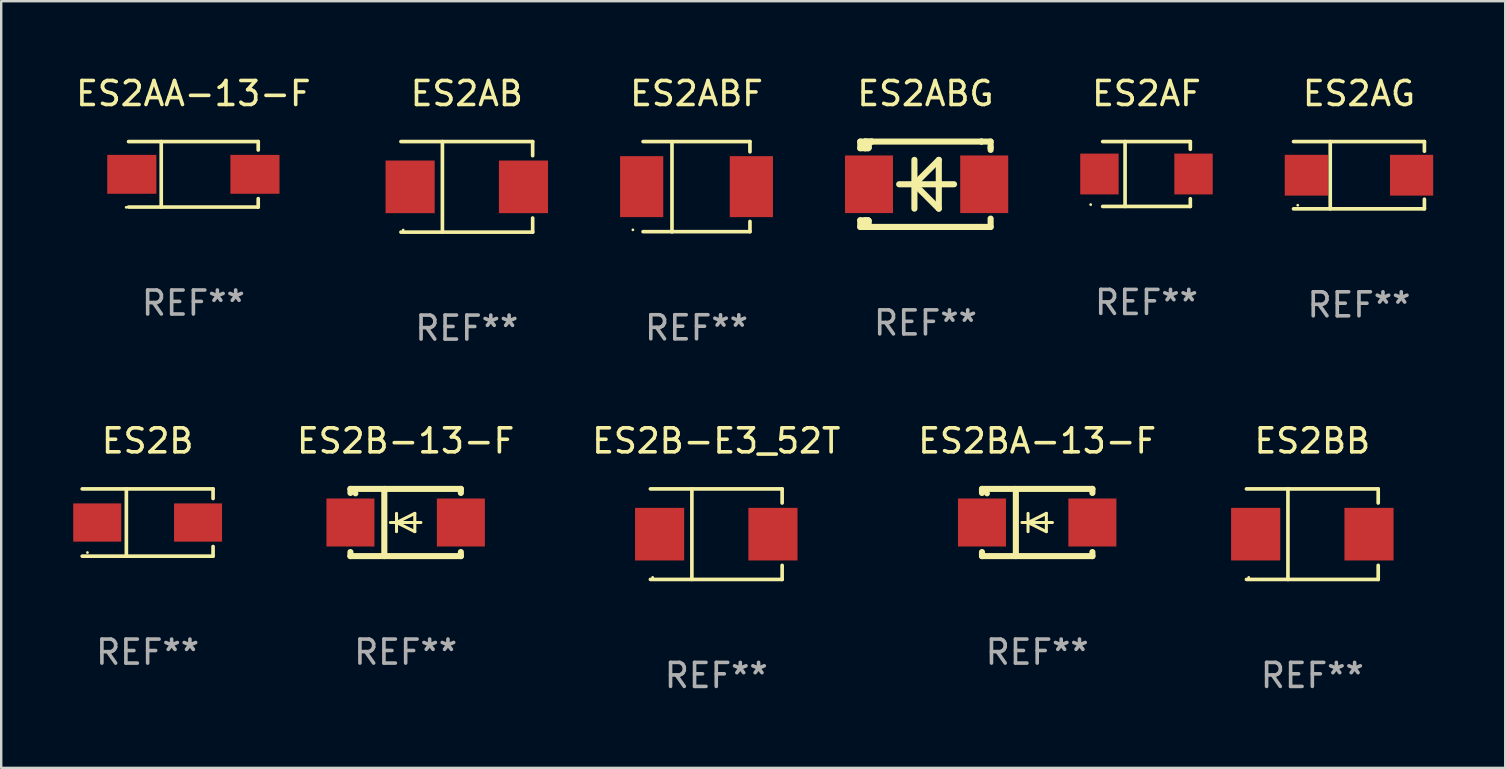
<source format=kicad_pcb>
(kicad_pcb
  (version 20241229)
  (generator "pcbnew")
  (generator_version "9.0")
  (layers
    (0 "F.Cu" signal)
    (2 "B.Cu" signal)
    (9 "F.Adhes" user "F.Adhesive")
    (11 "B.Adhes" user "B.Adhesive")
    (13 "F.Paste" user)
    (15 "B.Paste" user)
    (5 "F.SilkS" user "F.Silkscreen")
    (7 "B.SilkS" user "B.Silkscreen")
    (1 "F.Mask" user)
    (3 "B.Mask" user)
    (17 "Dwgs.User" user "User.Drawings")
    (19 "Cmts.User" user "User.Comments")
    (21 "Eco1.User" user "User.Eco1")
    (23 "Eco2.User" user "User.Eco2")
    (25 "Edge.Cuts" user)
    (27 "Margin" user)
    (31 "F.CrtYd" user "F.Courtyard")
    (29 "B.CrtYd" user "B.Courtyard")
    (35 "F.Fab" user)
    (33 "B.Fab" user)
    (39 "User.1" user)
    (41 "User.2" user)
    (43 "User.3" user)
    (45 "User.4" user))
  (footprint "ES2BA-13-F"
    (layer "F.Cu")
    (at 40.158 18.717)
    (property "Reference" "ES2BA-13-F" (at 0 -3.4 0) (layer "F.SilkS") (effects (font (size 1 1) (thickness 0.15))))
    (attr through_hole)
    (fp_line (start -2.3 -1.4) (end -2.3 -1.231) (stroke (width 0.254) (type solid)) (layer "F.SilkS"))
    (fp_line (start -2.3 -1.4) (end 2.3 -1.4) (stroke (width 0.254) (type solid)) (layer "F.SilkS"))
    (fp_line (start -2.3 1.231) (end -2.3 1.4) (stroke (width 0.254) (type solid)) (layer "F.SilkS"))
    (fp_line (start -2.3 1.4) (end 2.3 1.4) (stroke (width 0.254) (type solid)) (layer "F.SilkS"))
    (fp_line (start -0.889 1.4) (end -0.889 -1.4) (stroke (width 0.254) (type solid)) (layer "F.SilkS"))
    (fp_line (start -0.381 0) (end -0.381 -0.381) (stroke (width 0.127) (type solid)) (layer "F.SilkS"))
    (fp_line (start -0.381 0) (end -0.381 0.381) (stroke (width 0.127) (type solid)) (layer "F.SilkS"))
    (fp_line (start 0.381 -0.381) (end -0.381 0) (stroke (width 0.127) (type solid)) (layer "F.SilkS"))
    (fp_line (start 0.381 0) (end 0.381 -0.381) (stroke (width 0.127) (type solid)) (layer "F.SilkS"))
    (fp_line (start 0.381 0) (end 0.381 0.381) (stroke (width 0.127) (type solid)) (layer "F.SilkS"))
    (fp_line (start 0.381 0.381) (end -0.381 0) (stroke (width 0.127) (type solid)) (layer "F.SilkS"))
    (fp_line (start 0.635 0) (end -0.635 0) (stroke (width 0.127) (type solid)) (layer "F.SilkS"))
    (fp_line (start 2.3 -1.4) (end 2.3 -1.231) (stroke (width 0.254) (type solid)) (layer "F.SilkS"))
    (fp_line (start 2.3 1.231) (end 2.3 1.4) (stroke (width 0.254) (type solid)) (layer "F.SilkS"))
    (fp_circle (center -2.088 -1.208) (end -2.028 -1.208) (stroke (width 0.12) (type solid)) (fill no) (layer "F.SilkS"))
    (fp_text user "REF**" (at 0 5.4 0) (layer "F.Fab") (effects (font (size 1 1) (thickness 0.15))))
    (pad "1" smd rect (at -2.3 0 180) (size 2 2) (layers "F.Cu" "F.Mask" "F.Paste"))
    (pad "2" smd rect (at 2.3 0 180) (size 2 2) (layers "F.Cu" "F.Mask" "F.Paste")))
  (footprint "ES2ABF"
    (layer "F.Cu")
    (at 25.966 4.728)
    (property "Reference" "ES2ABF" (at 0 -3.88 0) (layer "F.SilkS") (effects (font (size 1 1) (thickness 0.15))))
    (attr through_hole)
    (fp_line (start -2.226 -1.88) (end 2.226 -1.88) (stroke (width 0.152) (type solid)) (layer "F.SilkS"))
    (fp_line (start -2.226 1.873) (end 2.226 1.873) (stroke (width 0.152) (type solid)) (layer "F.SilkS"))
    (fp_line (start -1.022 -1.873) (end -1.022 1.88) (stroke (width 0.152) (type solid)) (layer "F.SilkS"))
    (fp_line (start 2.226 -1.88) (end 2.226 -1.453) (stroke (width 0.152) (type solid)) (layer "F.SilkS"))
    (fp_line (start 2.226 1.447) (end 2.226 1.873) (stroke (width 0.152) (type solid)) (layer "F.SilkS"))
    (fp_circle (center -2.65 1.797) (end -2.62 1.797) (stroke (width 0.06) (type solid)) (fill no) (layer "F.SilkS"))
    (fp_text user "REF**" (at 0 5.88 0) (layer "F.Fab") (effects (font (size 1 1) (thickness 0.15))))
    (pad "1" smd rect (at -2.285 -0.003) (size 1.8 2.54) (layers "F.Cu" "F.Mask" "F.Paste"))
    (pad "2" smd rect (at 2.285 -0.003) (size 1.8 2.54) (layers "F.Cu" "F.Mask" "F.Paste")))
  (footprint "ES2ABG"
    (layer "F.Cu")
    (at 35.503 4.626)
    (property "Reference" "ES2ABG" (at 0 -3.778 0) (layer "F.SilkS") (effects (font (size 1 1) (thickness 0.15))))
    (attr through_hole)
    (fp_line (start -2.715 -1.778) (end -2.715 -1.501) (stroke (width 0.254) (type solid)) (layer "F.SilkS"))
    (fp_line (start -2.715 -1.501) (end -2.505 -1.501) (stroke (width 0.254) (type solid)) (layer "F.SilkS"))
    (fp_line (start -2.715 1.501) (end -2.715 1.778) (stroke (width 0.254) (type solid)) (layer "F.SilkS"))
    (fp_line (start -2.715 1.501) (end -2.505 1.501) (stroke (width 0.254) (type solid)) (layer "F.SilkS"))
    (fp_line (start -2.715 1.778) (end -2.504 1.778) (stroke (width 0.254) (type solid)) (layer "F.SilkS"))
    (fp_line (start -2.505 -1.778) (end -2.715 -1.778) (stroke (width 0.254) (type solid)) (layer "F.SilkS"))
    (fp_line (start -2.505 -1.778) (end -2.238 -1.778) (stroke (width 0.254) (type solid)) (layer "F.SilkS"))
    (fp_line (start -2.505 -1.501) (end -2.505 -1.651) (stroke (width 0.254) (type solid)) (layer "F.SilkS"))
    (fp_line (start -2.505 -1.501) (end -2.388 -1.501) (stroke (width 0.254) (type solid)) (layer "F.SilkS"))
    (fp_line (start -2.505 1.501) (end -2.505 1.778) (stroke (width 0.254) (type solid)) (layer "F.SilkS"))
    (fp_line (start -2.505 1.501) (end -2.388 1.501) (stroke (width 0.254) (type solid)) (layer "F.SilkS"))
    (fp_line (start -2.388 1.501) (end -2.365 1.524) (stroke (width 0.254) (type solid)) (layer "F.SilkS"))
    (fp_line (start -2.388 -1.501) (end -2.365 -1.524) (stroke (width 0.254) (type solid)) (layer "F.SilkS"))
    (fp_line (start -2.365 -1.651) (end -2.505 -1.778) (stroke (width 0.254) (type solid)) (layer "F.SilkS"))
    (fp_line (start -2.365 -1.524) (end -2.365 -1.651) (stroke (width 0.254) (type solid)) (layer "F.SilkS"))
    (fp_line (start -2.365 1.524) (end -2.365 1.778) (stroke (width 0.254) (type solid)) (layer "F.SilkS"))
    (fp_line (start -2.239 -1.778) (end 2.333 -1.778) (stroke (width 0.254) (type solid)) (layer "F.SilkS"))
    (fp_line (start -2.238 -1.778) (end -2.505 -1.778) (stroke (width 0.254) (type solid)) (layer "F.SilkS"))
    (fp_line (start -1.095 0) (end 1.191 0) (stroke (width 0.254) (type solid)) (layer "F.SilkS"))
    (fp_line (start -0.46 -1.016) (end -0.46 1.016) (stroke (width 0.254) (type solid)) (layer "F.SilkS"))
    (fp_line (start -0.46 -0.000127) (end 0.556 1.016) (stroke (width 0.254) (type solid)) (layer "F.SilkS"))
    (fp_line (start 0.556 -1.016) (end 0.556 1.016) (stroke (width 0.254) (type solid)) (layer "F.SilkS"))
    (fp_line (start 0.556 -1.016) (end -0.46 -0.000127) (stroke (width 0.254) (type solid)) (layer "F.SilkS"))
    (fp_line (start 2.333 -1.778) (end 2.333 -1.778) (stroke (width 0.254) (type solid)) (layer "F.SilkS"))
    (fp_line (start 2.333 -1.778) (end 2.715 -1.778) (stroke (width 0.254) (type solid)) (layer "F.SilkS"))
    (fp_line (start 2.334 1.778) (end -2.504 1.778) (stroke (width 0.254) (type solid)) (layer "F.SilkS"))
    (fp_line (start 2.715 -1.778) (end 2.715 -1.524) (stroke (width 0.254) (type solid)) (layer "F.SilkS"))
    (fp_line (start 2.715 -1.524) (end 2.715 -1.431) (stroke (width 0.254) (type solid)) (layer "F.SilkS"))
    (fp_line (start 2.715 1.431) (end 2.715 1.778) (stroke (width 0.254) (type solid)) (layer "F.SilkS"))
    (fp_line (start 2.715 1.778) (end 2.334 1.778) (stroke (width 0.254) (type solid)) (layer "F.SilkS"))
    (fp_circle (center -2.602 1.8) (end -2.572 1.8) (stroke (width 0.06) (type solid)) (fill no) (layer "F.SilkS"))
    (fp_text user "REF**" (at 0 5.778 0) (layer "F.Fab") (effects (font (size 1 1) (thickness 0.15))))
    (pad "1" smd rect (at -2.352 -0.000076) (size 2 2.4) (layers "F.Cu" "F.Mask" "F.Paste"))
    (pad "2" smd rect (at 2.448 -0.000076) (size 2 2.4) (layers "F.Cu" "F.Mask" "F.Paste")))
  (footprint "ES2AF"
    (layer "F.Cu")
    (at 44.711 4.199)
    (property "Reference" "ES2AF" (at 0 -3.351 0) (layer "F.SilkS") (effects (font (size 1 1) (thickness 0.15))))
    (attr through_hole)
    (fp_line (start -1.826 -1.351) (end 1.826 -1.351) (stroke (width 0.152) (type solid)) (layer "F.SilkS"))
    (fp_line (start -1.826 1.351) (end 1.826 1.351) (stroke (width 0.152) (type solid)) (layer "F.SilkS"))
    (fp_line (start -0.892 -1.351) (end -0.892 1.351) (stroke (width 0.152) (type solid)) (layer "F.SilkS"))
    (fp_line (start 1.826 -1.351) (end 1.826 -1.03) (stroke (width 0.152) (type solid)) (layer "F.SilkS"))
    (fp_line (start 1.826 1.03) (end 1.826 1.351) (stroke (width 0.152) (type solid)) (layer "F.SilkS"))
    (fp_circle (center -2.325 1.275) (end -2.295 1.275) (stroke (width 0.06) (type solid)) (fill no) (layer "F.SilkS"))
    (fp_text user "REF**" (at 0 5.351 0) (layer "F.Fab") (effects (font (size 1 1) (thickness 0.15))))
    (pad "1" smd rect (at -1.96 0 180) (size 1.6 1.7) (layers "F.Cu" "F.Mask" "F.Paste"))
    (pad "2" smd rect (at 1.96 0 180) (size 1.6 1.7) (layers "F.Cu" "F.Mask" "F.Paste")))
  (footprint "ES2AG"
    (layer "F.Cu")
    (at 53.563 4.249)
    (property "Reference" "ES2AG" (at 0 -3.401 0) (layer "F.SilkS") (effects (font (size 1 1) (thickness 0.15))))
    (attr through_hole)
    (fp_line (start -2.726 -1.401) (end 2.726 -1.401) (stroke (width 0.152) (type solid)) (layer "F.SilkS"))
    (fp_line (start -2.726 1.401) (end 2.726 1.401) (stroke (width 0.152) (type solid)) (layer "F.SilkS"))
    (fp_line (start -1.197 -1.401) (end -1.197 1.401) (stroke (width 0.152) (type solid)) (layer "F.SilkS"))
    (fp_line (start 2.726 -1.401) (end 2.726 -1) (stroke (width 0.152) (type solid)) (layer "F.SilkS"))
    (fp_line (start 2.726 1.401) (end 2.726 1) (stroke (width 0.152) (type solid)) (layer "F.SilkS"))
    (fp_circle (center -2.55 1.25) (end -2.52 1.25) (stroke (width 0.06) (type solid)) (fill no) (layer "F.SilkS"))
    (fp_text user "REF**" (at 0 5.401 0) (layer "F.Fab") (effects (font (size 1 1) (thickness 0.15))))
    (pad "1" smd rect (at -2.192 0) (size 1.8 1.7) (layers "F.Cu" "F.Mask" "F.Paste"))
    (pad "2" smd rect (at 2.192 0) (size 1.8 1.7) (layers "F.Cu" "F.Mask" "F.Paste")))
  (footprint "ES2B-E3_52T"
    (layer "F.Cu")
    (at 26.789 19.203)
    (property "Reference" "ES2B-E3_52T" (at 0 -3.886 0) (layer "F.SilkS") (effects (font (size 1 1) (thickness 0.15))))
    (attr through_hole)
    (fp_line (start -2.744 -1.886) (end 2.744 -1.886) (stroke (width 0.152) (type solid)) (layer "F.SilkS"))
    (fp_line (start -2.744 1.886) (end 2.744 1.886) (stroke (width 0.152) (type solid)) (layer "F.SilkS"))
    (fp_line (start -1.016 -1.886) (end -1.016 1.886) (stroke (width 0.152) (type solid)) (layer "F.SilkS"))
    (fp_line (start 2.744 -1.886) (end 2.744 -1.299) (stroke (width 0.152) (type solid)) (layer "F.SilkS"))
    (fp_line (start 2.744 1.886) (end 2.744 1.299) (stroke (width 0.152) (type solid)) (layer "F.SilkS"))
    (fp_circle (center -2.65 1.8) (end -2.62 1.8) (stroke (width 0.06) (type solid)) (fill no) (layer "F.SilkS"))
    (fp_text user "REF**" (at 0 5.886 0) (layer "F.Fab") (effects (font (size 1 1) (thickness 0.15))))
    (pad "1" smd rect (at -2.361 0) (size 2.047 2.192) (layers "F.Cu" "F.Mask" "F.Paste"))
    (pad "2" smd rect (at 2.361 0) (size 2.047 2.192) (layers "F.Cu" "F.Mask" "F.Paste")))
  (footprint "ES2AA-13-F"
    (layer "F.Cu")
    (at 5.006 4.212)
    (property "Reference" "ES2AA-13-F" (at 0 -3.364 0) (layer "F.SilkS") (effects (font (size 1 1) (thickness 0.15))))
    (attr through_hole)
    (fp_line (start -2.701 -1.364) (end 2.701 -1.364) (stroke (width 0.152) (type solid)) (layer "F.SilkS"))
    (fp_line (start -2.701 1.364) (end 2.701 1.364) (stroke (width 0.152) (type solid)) (layer "F.SilkS"))
    (fp_line (start -1.339 -1.364) (end -1.339 1.364) (stroke (width 0.152) (type solid)) (layer "F.SilkS"))
    (fp_line (start 2.701 -1.364) (end 2.701 -1.013) (stroke (width 0.152) (type solid)) (layer "F.SilkS"))
    (fp_line (start 2.701 1.364) (end 2.701 1.013) (stroke (width 0.152) (type solid)) (layer "F.SilkS"))
    (fp_circle (center -2.8 1.375) (end -2.77 1.375) (stroke (width 0.06) (type solid)) (fill no) (layer "F.SilkS"))
    (fp_text user "REF**" (at 0 5.364 0) (layer "F.Fab") (effects (font (size 1 1) (thickness 0.15))))
    (pad "1" smd rect (at -2.565 -0.000025) (size 2.046 1.62) (layers "F.Cu" "F.Mask" "F.Paste"))
    (pad "2" smd rect (at 2.565 -0.000025) (size 2.046 1.62) (layers "F.Cu" "F.Mask" "F.Paste")))
  (footprint "ES2B"
    (layer "F.Cu")
    (at 3.1 18.718)
    (property "Reference" "ES2B" (at 0 -3.401 0) (layer "F.SilkS") (effects (font (size 1 1) (thickness 0.15))))
    (attr through_hole)
    (fp_line (start -2.726 -1.401) (end 2.726 -1.401) (stroke (width 0.152) (type solid)) (layer "F.SilkS"))
    (fp_line (start -2.726 1.401) (end 2.726 1.401) (stroke (width 0.152) (type solid)) (layer "F.SilkS"))
    (fp_line (start -0.886 -1.401) (end -0.886 1.401) (stroke (width 0.152) (type solid)) (layer "F.SilkS"))
    (fp_line (start 2.726 -1.401) (end 2.726 -1) (stroke (width 0.152) (type solid)) (layer "F.SilkS"))
    (fp_line (start 2.726 1.401) (end 2.726 1) (stroke (width 0.152) (type solid)) (layer "F.SilkS"))
    (fp_circle (center -2.507 1.25) (end -2.477 1.25) (stroke (width 0.06) (type solid)) (fill no) (layer "F.SilkS"))
    (fp_text user "REF**" (at 0 5.401 0) (layer "F.Fab") (effects (font (size 1 1) (thickness 0.15))))
    (pad "1" smd rect (at -2.1 0 180) (size 2 1.593) (layers "F.Cu" "F.Mask" "F.Paste"))
    (pad "2" smd rect (at 2.1 0 180) (size 2 1.593) (layers "F.Cu" "F.Mask" "F.Paste")))
  (footprint "ES2AB"
    (layer "F.Cu")
    (at 16.396 4.734)
    (property "Reference" "ES2AB" (at 0 -3.886 0) (layer "F.SilkS") (effects (font (size 1 1) (thickness 0.15))))
    (attr through_hole)
    (fp_line (start -2.744 -1.886) (end 2.744 -1.886) (stroke (width 0.152) (type solid)) (layer "F.SilkS"))
    (fp_line (start -2.744 1.886) (end 2.744 1.886) (stroke (width 0.152) (type solid)) (layer "F.SilkS"))
    (fp_line (start -1.016 -1.886) (end -1.016 1.886) (stroke (width 0.152) (type solid)) (layer "F.SilkS"))
    (fp_line (start 2.744 -1.886) (end 2.744 -1.299) (stroke (width 0.152) (type solid)) (layer "F.SilkS"))
    (fp_line (start 2.744 1.886) (end 2.744 1.299) (stroke (width 0.152) (type solid)) (layer "F.SilkS"))
    (fp_circle (center -2.65 1.8) (end -2.62 1.8) (stroke (width 0.06) (type solid)) (fill no) (layer "F.SilkS"))
    (fp_text user "REF**" (at 0 5.886 0) (layer "F.Fab") (effects (font (size 1 1) (thickness 0.15))))
    (pad "1" smd rect (at -2.361 0) (size 2.047 2.192) (layers "F.Cu" "F.Mask" "F.Paste"))
    (pad "2" smd rect (at 2.361 0) (size 2.047 2.192) (layers "F.Cu" "F.Mask" "F.Paste")))
  (footprint "ES2BB"
    (layer "F.Cu")
    (at 51.62 19.203)
    (property "Reference" "ES2BB" (at 0 -3.886 0) (layer "F.SilkS") (effects (font (size 1 1) (thickness 0.15))))
    (attr through_hole)
    (fp_line (start -2.744 -1.886) (end 2.744 -1.886) (stroke (width 0.152) (type solid)) (layer "F.SilkS"))
    (fp_line (start -2.744 1.886) (end 2.744 1.886) (stroke (width 0.152) (type solid)) (layer "F.SilkS"))
    (fp_line (start -1.016 -1.886) (end -1.016 1.886) (stroke (width 0.152) (type solid)) (layer "F.SilkS"))
    (fp_line (start 2.744 -1.886) (end 2.744 -1.299) (stroke (width 0.152) (type solid)) (layer "F.SilkS"))
    (fp_line (start 2.744 1.886) (end 2.744 1.299) (stroke (width 0.152) (type solid)) (layer "F.SilkS"))
    (fp_circle (center -2.65 1.8) (end -2.62 1.8) (stroke (width 0.06) (type solid)) (fill no) (layer "F.SilkS"))
    (fp_text user "REF**" (at 0 5.886 0) (layer "F.Fab") (effects (font (size 1 1) (thickness 0.15))))
    (pad "1" smd rect (at -2.361 0) (size 2.047 2.192) (layers "F.Cu" "F.Mask" "F.Paste"))
    (pad "2" smd rect (at 2.361 0) (size 2.047 2.192) (layers "F.Cu" "F.Mask" "F.Paste")))
  (footprint "ES2B-13-F"
    (layer "F.Cu")
    (at 13.849 18.717)
    (property "Reference" "ES2B-13-F" (at 0 -3.4 0) (layer "F.SilkS") (effects (font (size 1 1) (thickness 0.15))))
    (attr through_hole)
    (fp_line (start -2.3 -1.4) (end -2.3 -1.231) (stroke (width 0.254) (type solid)) (layer "F.SilkS"))
    (fp_line (start -2.3 -1.4) (end 2.3 -1.4) (stroke (width 0.254) (type solid)) (layer "F.SilkS"))
    (fp_line (start -2.3 1.231) (end -2.3 1.4) (stroke (width 0.254) (type solid)) (layer "F.SilkS"))
    (fp_line (start -2.3 1.4) (end 2.3 1.4) (stroke (width 0.254) (type solid)) (layer "F.SilkS"))
    (fp_line (start -0.889 1.4) (end -0.889 -1.4) (stroke (width 0.254) (type solid)) (layer "F.SilkS"))
    (fp_line (start -0.381 0) (end -0.381 -0.381) (stroke (width 0.127) (type solid)) (layer "F.SilkS"))
    (fp_line (start -0.381 0) (end -0.381 0.381) (stroke (width 0.127) (type solid)) (layer "F.SilkS"))
    (fp_line (start 0.381 -0.381) (end -0.381 0) (stroke (width 0.127) (type solid)) (layer "F.SilkS"))
    (fp_line (start 0.381 0) (end 0.381 -0.381) (stroke (width 0.127) (type solid)) (layer "F.SilkS"))
    (fp_line (start 0.381 0) (end 0.381 0.381) (stroke (width 0.127) (type solid)) (layer "F.SilkS"))
    (fp_line (start 0.381 0.381) (end -0.381 0) (stroke (width 0.127) (type solid)) (layer "F.SilkS"))
    (fp_line (start 0.635 0) (end -0.635 0) (stroke (width 0.127) (type solid)) (layer "F.SilkS"))
    (fp_line (start 2.3 -1.4) (end 2.3 -1.231) (stroke (width 0.254) (type solid)) (layer "F.SilkS"))
    (fp_line (start 2.3 1.231) (end 2.3 1.4) (stroke (width 0.254) (type solid)) (layer "F.SilkS"))
    (fp_circle (center -2.088 -1.208) (end -2.028 -1.208) (stroke (width 0.12) (type solid)) (fill no) (layer "F.SilkS"))
    (fp_text user "REF**" (at 0 5.4 0) (layer "F.Fab") (effects (font (size 1 1) (thickness 0.15))))
    (pad "1" smd rect (at -2.3 0 180) (size 2 2) (layers "F.Cu" "F.Mask" "F.Paste"))
    (pad "2" smd rect (at 2.3 0 180) (size 2 2) (layers "F.Cu" "F.Mask" "F.Paste")))
  (gr_rect
    (start -3 -3)
    (end 59.655 28.938)
    (stroke (width 0.1) (type default))
    (fill no)
    (layer "Edge.Cuts")))
</source>
